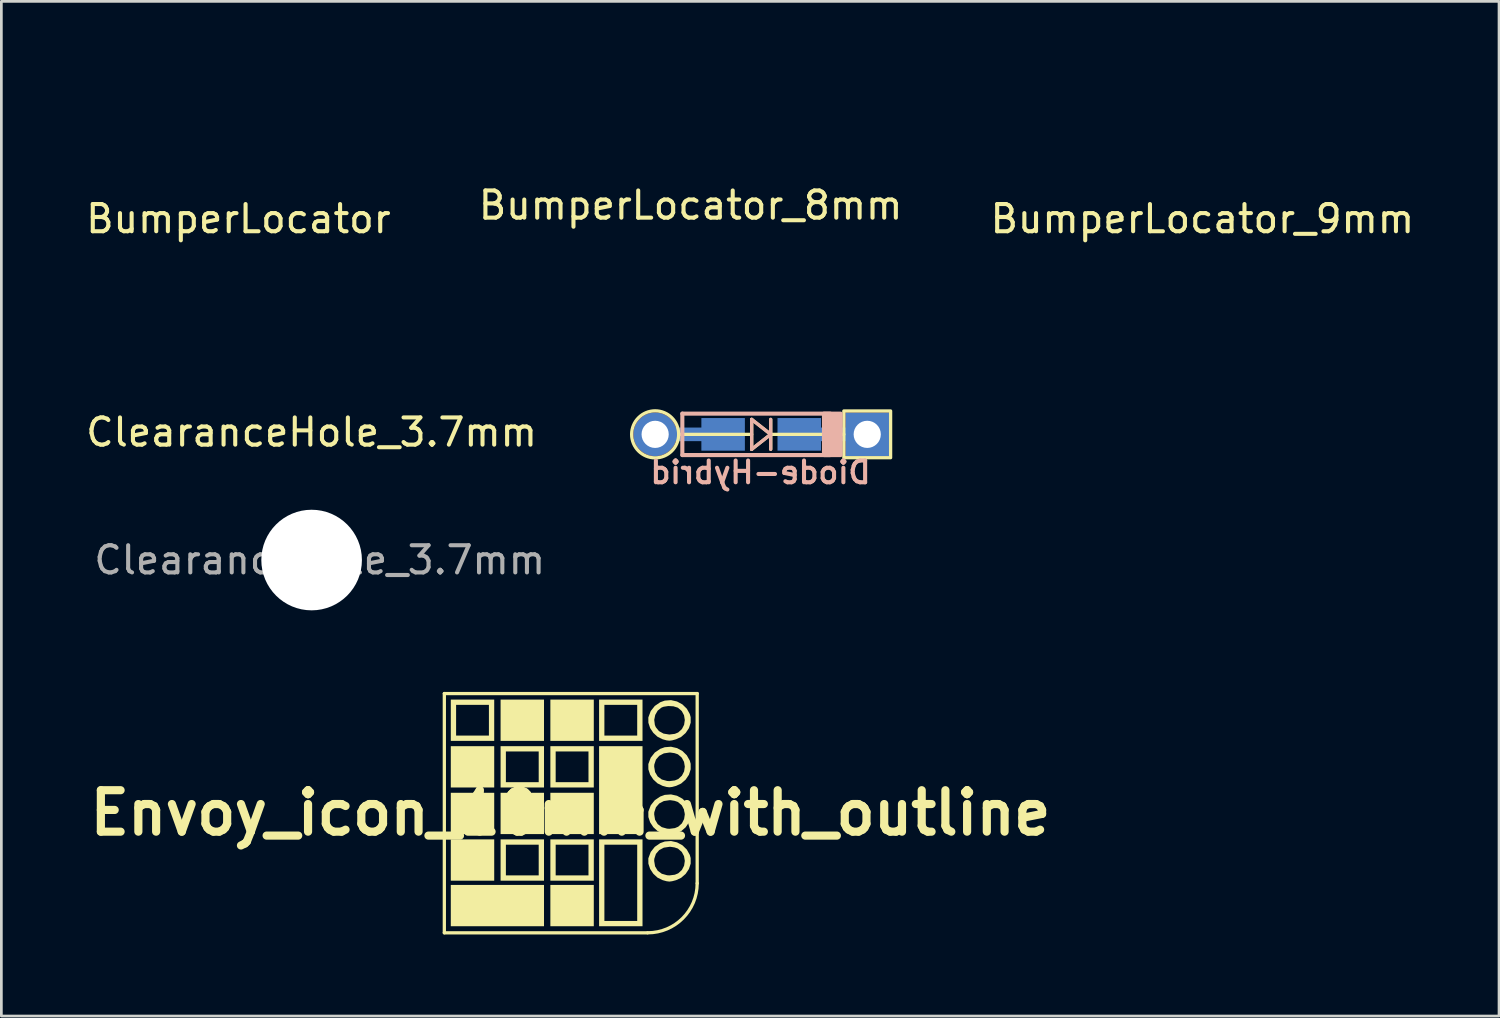
<source format=kicad_pcb>
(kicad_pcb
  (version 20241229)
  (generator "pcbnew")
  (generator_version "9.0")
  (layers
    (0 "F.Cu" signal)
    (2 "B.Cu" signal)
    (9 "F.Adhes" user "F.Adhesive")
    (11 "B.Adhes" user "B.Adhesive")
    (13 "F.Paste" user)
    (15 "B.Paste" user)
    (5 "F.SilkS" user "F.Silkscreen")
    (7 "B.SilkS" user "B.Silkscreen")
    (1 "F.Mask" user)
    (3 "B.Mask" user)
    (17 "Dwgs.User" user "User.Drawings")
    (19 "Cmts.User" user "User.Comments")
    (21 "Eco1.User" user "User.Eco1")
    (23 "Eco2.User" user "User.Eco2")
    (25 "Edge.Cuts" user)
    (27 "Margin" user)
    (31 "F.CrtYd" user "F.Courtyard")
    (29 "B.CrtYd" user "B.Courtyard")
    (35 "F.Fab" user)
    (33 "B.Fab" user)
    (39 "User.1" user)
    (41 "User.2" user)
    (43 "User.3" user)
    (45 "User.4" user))
  (footprint "ClearanceHole_3.7mm"
    (layer "F.Cu")
    (at 8.411 17.548)
    (property "Reference" "ClearanceHole_3.7mm" (at 0 -4.7 0) (layer "F.SilkS") (effects (font (size 1 1) (thickness 0.15))))
    (attr exclude_from_pos_files exclude_from_bom)
    (fp_text user "${REFERENCE}" (at 0.3 0 0) (layer "F.Fab") (effects (font (size 1 1) (thickness 0.15))))
    (pad "" np_thru_hole circle (at 0 0) (size 3.7 3.7) (drill 3.7) (layers "*.Cu" "*.Mask")))
  (footprint "Envoy_icon_10mm_with_outline"
    (layer "F.Cu")
    (at 17.932 26.848)
    (property "Reference" "Envoy_icon_10mm_with_outline" (at 0 0 0) (layer "F.SilkS") (effects (font (size 1.524 1.524) (thickness 0.3))))
    (attr board_only exclude_from_pos_files exclude_from_bom)
    (fp_line (start -4.64 -4.39) (end -4.64 4.41) (stroke (width 0.12) (type solid)) (layer "F.SilkS"))
    (fp_line (start -4.64 -4.39) (end 4.66 -4.39) (stroke (width 0.12) (type solid)) (layer "F.SilkS"))
    (fp_line (start -4.64 4.41) (end 2.83 4.41) (stroke (width 0.12) (type solid)) (layer "F.SilkS"))
    (fp_line (start 4.66 -4.39) (end 4.66 2.59) (stroke (width 0.12) (type solid)) (layer "F.SilkS"))
    (fp_arc (start 4.66 2.59) (mid 4.126934 3.876934) (end 2.84 4.41) (stroke (width 0.12) (type solid)) (layer "F.SilkS"))
    (fp_poly (pts (xy -2.805 -0.935) (xy -4.402 -0.935) (xy -4.402 -2.454) (xy -2.805 -2.454)) (stroke (width 0) (type solid)) (fill yes) (layer "F.SilkS"))
    (fp_poly (pts (xy -2.805 0.779) (xy -4.402 0.779) (xy -4.402 -0.74) (xy -2.805 -0.74)) (stroke (width 0) (type solid)) (fill yes) (layer "F.SilkS"))
    (fp_poly (pts (xy -2.805 2.493) (xy -4.402 2.493) (xy -4.402 0.974) (xy -2.805 0.974)) (stroke (width 0) (type solid)) (fill yes) (layer "F.SilkS"))
    (fp_poly (pts (xy -0.974 -2.649) (xy -2.571 -2.649) (xy -2.571 -4.168) (xy -0.974 -4.168)) (stroke (width 0) (type solid)) (fill yes) (layer "F.SilkS"))
    (fp_poly (pts (xy -0.974 0.779) (xy -2.571 0.779) (xy -2.571 -0.74) (xy -0.974 -0.74)) (stroke (width 0) (type solid)) (fill yes) (layer "F.SilkS"))
    (fp_poly (pts (xy -0.974 4.168) (xy -4.402 4.168) (xy -4.402 2.649) (xy -0.974 2.649)) (stroke (width 0) (type solid)) (fill yes) (layer "F.SilkS"))
    (fp_poly (pts (xy 0.857 -2.649) (xy -0.74 -2.649) (xy -0.74 -4.168) (xy 0.857 -4.168)) (stroke (width 0) (type solid)) (fill yes) (layer "F.SilkS"))
    (fp_poly (pts (xy 0.857 0.779) (xy -0.74 0.779) (xy -0.74 -0.74) (xy 0.857 -0.74)) (stroke (width 0) (type solid)) (fill yes) (layer "F.SilkS"))
    (fp_poly (pts (xy 0.857 4.168) (xy -0.74 4.168) (xy -0.74 2.649) (xy 0.857 2.649)) (stroke (width 0) (type solid)) (fill yes) (layer "F.SilkS"))
    (fp_poly (pts (xy 2.649 0.779) (xy 1.052 0.779) (xy 1.052 -2.454) (xy 2.649 -2.454)) (stroke (width 0) (type solid)) (fill yes) (layer "F.SilkS"))
    (fp_poly (pts (xy -2.805 -2.649) (xy -4.402 -2.649) (xy -4.402 -2.844) (xy -4.207 -2.844) (xy -3 -2.844) (xy -3 -3.974) (xy -4.207 -3.974) (xy -4.207 -2.844) (xy -4.402 -2.844) (xy -4.402 -4.168) (xy -2.805 -4.168)) (stroke (width 0) (type solid)) (fill yes) (layer "F.SilkS"))
    (fp_poly (pts (xy -0.974 -0.935) (xy -2.571 -0.935) (xy -2.571 -1.13) (xy -2.376 -1.13) (xy -1.169 -1.13) (xy -1.169 -2.26) (xy -2.376 -2.26) (xy -2.376 -1.13) (xy -2.571 -1.13) (xy -2.571 -2.454) (xy -0.974 -2.454)) (stroke (width 0) (type solid)) (fill yes) (layer "F.SilkS"))
    (fp_poly (pts (xy -0.974 2.493) (xy -2.571 2.493) (xy -2.571 2.298) (xy -2.376 2.298) (xy -1.169 2.298) (xy -1.169 1.169) (xy -2.376 1.169) (xy -2.376 2.298) (xy -2.571 2.298) (xy -2.571 0.974) (xy -0.974 0.974)) (stroke (width 0) (type solid)) (fill yes) (layer "F.SilkS"))
    (fp_poly (pts (xy 0.857 -0.935) (xy -0.74 -0.935) (xy -0.74 -1.13) (xy -0.545 -1.13) (xy 0.662 -1.13) (xy 0.662 -2.26) (xy -0.545 -2.26) (xy -0.545 -1.13) (xy -0.74 -1.13) (xy -0.74 -2.454) (xy 0.857 -2.454)) (stroke (width 0) (type solid)) (fill yes) (layer "F.SilkS"))
    (fp_poly (pts (xy 0.857 2.493) (xy -0.74 2.493) (xy -0.74 2.298) (xy -0.545 2.298) (xy 0.662 2.298) (xy 0.662 1.169) (xy -0.545 1.169) (xy -0.545 2.298) (xy -0.74 2.298) (xy -0.74 0.974) (xy 0.857 0.974)) (stroke (width 0) (type solid)) (fill yes) (layer "F.SilkS"))
    (fp_poly (pts (xy 2.649 -2.649) (xy 1.052 -2.649) (xy 1.052 -2.844) (xy 1.247 -2.844) (xy 2.454 -2.844) (xy 2.454 -3.974) (xy 1.247 -3.974) (xy 1.247 -2.844) (xy 1.052 -2.844) (xy 1.052 -4.168) (xy 2.649 -4.168)) (stroke (width 0) (type solid)) (fill yes) (layer "F.SilkS"))
    (fp_poly (pts (xy 2.649 4.168) (xy 1.052 4.168) (xy 1.052 3.974) (xy 1.247 3.974) (xy 2.454 3.974) (xy 2.454 1.169) (xy 1.247 1.169) (xy 1.247 3.974) (xy 1.052 3.974) (xy 1.052 0.974) (xy 2.649 0.974)) (stroke (width 0) (type solid)) (fill yes) (layer "F.SilkS"))
    (fp_poly (pts (xy 3.918 -4.098) (xy 4.117 -3.99) (xy 4.278 -3.833) (xy 4.388 -3.637) (xy 4.42 -3.522) (xy 4.421 -3.318) (xy 4.356 -3.117) (xy 4.235 -2.938) (xy 4.07 -2.794) (xy 3.884 -2.708) (xy 3.742 -2.669) (xy 3.637 -2.656) (xy 3.534 -2.668) (xy 3.397 -2.706) (xy 3.384 -2.71) (xy 3.2 -2.802) (xy 3.045 -2.945) (xy 2.929 -3.121) (xy 2.865 -3.314) (xy 2.864 -3.422) (xy 3.08 -3.422) (xy 3.103 -3.237) (xy 3.138 -3.152) (xy 3.254 -3.009) (xy 3.422 -2.917) (xy 3.631 -2.883) (xy 3.642 -2.883) (xy 3.839 -2.908) (xy 3.962 -2.959) (xy 4.098 -3.083) (xy 4.179 -3.241) (xy 4.205 -3.416) (xy 4.176 -3.591) (xy 4.093 -3.746) (xy 3.957 -3.864) (xy 3.938 -3.874) (xy 3.784 -3.921) (xy 3.599 -3.931) (xy 3.423 -3.904) (xy 3.347 -3.874) (xy 3.208 -3.762) (xy 3.117 -3.604) (xy 3.08 -3.422) (xy 2.864 -3.422) (xy 2.863 -3.505) (xy 2.866 -3.519) (xy 2.952 -3.747) (xy 3.101 -3.934) (xy 3.3 -4.07) (xy 3.468 -4.13) (xy 3.697 -4.148)) (stroke (width 0) (type solid)) (fill yes) (layer "F.SilkS"))
    (fp_poly (pts (xy 3.918 -2.384) (xy 4.117 -2.276) (xy 4.278 -2.119) (xy 4.388 -1.923) (xy 4.42 -1.807) (xy 4.421 -1.603) (xy 4.356 -1.403) (xy 4.235 -1.223) (xy 4.07 -1.08) (xy 3.884 -0.994) (xy 3.742 -0.955) (xy 3.637 -0.942) (xy 3.534 -0.954) (xy 3.397 -0.992) (xy 3.384 -0.996) (xy 3.2 -1.087) (xy 3.045 -1.23) (xy 2.929 -1.407) (xy 2.865 -1.6) (xy 2.864 -1.702) (xy 3.078 -1.702) (xy 3.111 -1.501) (xy 3.207 -1.341) (xy 3.358 -1.229) (xy 3.555 -1.174) (xy 3.642 -1.169) (xy 3.839 -1.194) (xy 3.962 -1.245) (xy 4.098 -1.369) (xy 4.179 -1.527) (xy 4.205 -1.702) (xy 4.176 -1.877) (xy 4.093 -2.032) (xy 3.957 -2.15) (xy 3.938 -2.16) (xy 3.825 -2.198) (xy 3.684 -2.219) (xy 3.642 -2.221) (xy 3.433 -2.189) (xy 3.263 -2.099) (xy 3.143 -1.96) (xy 3.083 -1.78) (xy 3.078 -1.702) (xy 2.864 -1.702) (xy 2.863 -1.79) (xy 2.866 -1.805) (xy 2.952 -2.032) (xy 3.101 -2.22) (xy 3.3 -2.356) (xy 3.468 -2.416) (xy 3.697 -2.434)) (stroke (width 0) (type solid)) (fill yes) (layer "F.SilkS"))
    (fp_poly (pts (xy 3.918 -0.631) (xy 4.117 -0.523) (xy 4.278 -0.366) (xy 4.388 -0.17) (xy 4.42 -0.054) (xy 4.421 0.15) (xy 4.356 0.35) (xy 4.235 0.53) (xy 4.07 0.673) (xy 3.884 0.759) (xy 3.742 0.798) (xy 3.637 0.811) (xy 3.534 0.799) (xy 3.397 0.761) (xy 3.384 0.757) (xy 3.2 0.666) (xy 3.045 0.523) (xy 2.929 0.346) (xy 2.865 0.153) (xy 2.864 0.051) (xy 3.078 0.051) (xy 3.111 0.252) (xy 3.207 0.412) (xy 3.358 0.524) (xy 3.555 0.579) (xy 3.642 0.584) (xy 3.839 0.559) (xy 3.962 0.508) (xy 4.098 0.385) (xy 4.179 0.226) (xy 4.205 0.051) (xy 4.176 -0.123) (xy 4.093 -0.279) (xy 3.957 -0.397) (xy 3.938 -0.407) (xy 3.825 -0.445) (xy 3.684 -0.466) (xy 3.642 -0.467) (xy 3.433 -0.436) (xy 3.263 -0.346) (xy 3.143 -0.207) (xy 3.083 -0.027) (xy 3.078 0.051) (xy 2.864 0.051) (xy 2.863 -0.037) (xy 2.866 -0.052) (xy 2.952 -0.279) (xy 3.101 -0.467) (xy 3.3 -0.602) (xy 3.468 -0.663) (xy 3.697 -0.68)) (stroke (width 0) (type solid)) (fill yes) (layer "F.SilkS"))
    (fp_poly (pts (xy 3.918 1.083) (xy 4.117 1.191) (xy 4.278 1.348) (xy 4.388 1.544) (xy 4.42 1.66) (xy 4.421 1.864) (xy 4.356 2.064) (xy 4.235 2.244) (xy 4.07 2.387) (xy 3.884 2.474) (xy 3.742 2.512) (xy 3.637 2.526) (xy 3.534 2.513) (xy 3.397 2.475) (xy 3.384 2.471) (xy 3.2 2.38) (xy 3.045 2.237) (xy 2.929 2.06) (xy 2.865 1.867) (xy 2.864 1.765) (xy 3.078 1.765) (xy 3.111 1.966) (xy 3.207 2.126) (xy 3.358 2.238) (xy 3.555 2.293) (xy 3.642 2.298) (xy 3.839 2.273) (xy 3.962 2.222) (xy 4.098 2.099) (xy 4.179 1.94) (xy 4.205 1.765) (xy 4.176 1.591) (xy 4.093 1.435) (xy 3.957 1.317) (xy 3.938 1.307) (xy 3.825 1.269) (xy 3.684 1.248) (xy 3.642 1.247) (xy 3.433 1.278) (xy 3.263 1.368) (xy 3.143 1.507) (xy 3.083 1.687) (xy 3.078 1.765) (xy 2.864 1.765) (xy 2.863 1.677) (xy 2.866 1.662) (xy 2.952 1.435) (xy 3.101 1.248) (xy 3.3 1.112) (xy 3.468 1.052) (xy 3.697 1.034)) (stroke (width 0) (type solid)) (fill yes) (layer "F.SilkS")))
  (footprint "BumperLocator"
    (layer "F.Cu")
    (at 5.72 4.5)
    (property "Reference" "BumperLocator" (at 0 0.5 0) (layer "F.SilkS") (effects (font (size 1 1) (thickness 0.15))))
    (attr through_hole)
    (pad "" smd circle (at 0 0) (size 9 9) (layers "F.Paste")))
  (footprint "Diode-Hybrid"
    (layer "F.Cu")
    (at 24.946 12.925)
    (property "Reference" "Diode-Hybrid" (at -0.025 1.4 180) (layer "B.SilkS") (effects (font (size 0.8 0.8) (thickness 0.15)) (justify mirror)))
    (attr smd)
    (fp_line (start -0.35 -0.55) (end -0.35 0.55) (stroke (width 0.12) (type solid)) (layer "F.SilkS"))
    (fp_line (start -0.35 0) (end -3.035 0) (stroke (width 0.12) (type solid)) (layer "F.SilkS"))
    (fp_line (start -0.35 0.55) (end 0.35 0) (stroke (width 0.12) (type solid)) (layer "F.SilkS"))
    (fp_line (start 0.35 -0.55) (end 0.35 0.55) (stroke (width 0.12) (type solid)) (layer "F.SilkS"))
    (fp_line (start 0.35 0) (end -0.35 -0.55) (stroke (width 0.12) (type solid)) (layer "F.SilkS"))
    (fp_line (start 0.35 0) (end 3.04 0) (stroke (width 0.12) (type solid)) (layer "F.SilkS"))
    (fp_rect (start 3.04 -0.86) (end 4.76 0.86) (stroke (width 0.12) (type solid)) (fill no) (layer "F.SilkS"))
    (fp_circle (center -3.9 0) (end -3.035 0) (stroke (width 0.12) (type solid)) (fill no) (layer "F.SilkS"))
    (fp_line (start -2.9 -0.762) (end -2.9 0.762) (stroke (width 0.15) (type solid)) (layer "B.SilkS"))
    (fp_line (start -2.9 0.762) (end 2.54 0.762) (stroke (width 0.15) (type solid)) (layer "B.SilkS"))
    (fp_line (start -0.35 -0.55) (end 0.35 0) (stroke (width 0.12) (type solid)) (layer "B.SilkS"))
    (fp_line (start -0.35 0.55) (end -0.35 -0.55) (stroke (width 0.12) (type solid)) (layer "B.SilkS"))
    (fp_line (start 0.35 0) (end -0.35 0.55) (stroke (width 0.12) (type solid)) (layer "B.SilkS"))
    (fp_line (start 0.35 0.55) (end 0.35 -0.55) (stroke (width 0.12) (type solid)) (layer "B.SilkS"))
    (fp_line (start 2.54 -0.762) (end -2.9 -0.762) (stroke (width 0.15) (type solid)) (layer "B.SilkS"))
    (fp_rect (start 2.309 -0.762) (end 2.921 0.762) (stroke (width 0.15) (type solid)) (fill yes) (layer "B.SilkS"))
    (pad "1" smd rect (at 1.4 0) (size 1.6 1.2) (layers "B.Cu" "B.Mask" "B.Paste"))
    (pad "1" smd rect (at 2.5 0) (size 2.9 0.5) (layers "B.Cu"))
    (pad "1" thru_hole rect (at 3.9 0) (size 1.6 1.6) (drill 1) (layers "*.Cu" "*.Mask"))
    (pad "2" thru_hole circle (at -3.9 0) (size 1.6 1.6) (drill 1) (layers "*.Cu" "*.Mask"))
    (pad "2" smd rect (at -2.5 0) (size 2.9 0.5) (layers "B.Cu"))
    (pad "2" smd rect (at -1.4 0) (size 1.6 1.2) (layers "B.Cu" "B.Mask" "B.Paste")))
  (footprint "BumperLocator_8mm"
    (layer "F.Cu")
    (at 22.351 4)
    (property "Reference" "BumperLocator_8mm" (at 0 0.5 0) (layer "F.SilkS") (effects (font (size 1 1) (thickness 0.15))))
    (attr through_hole)
    (pad "" smd circle (at 0 0) (size 8 8) (layers "F.Paste")))
  (footprint "BumperLocator_9mm"
    (layer "F.Cu")
    (at 41.173 4.5)
    (property "Reference" "BumperLocator_9mm" (at 0 0.5 0) (layer "F.SilkS") (effects (font (size 1 1) (thickness 0.15))))
    (attr through_hole)
    (pad "" smd circle (at 0 0) (size 9 9) (layers "F.Paste")))
  (gr_rect
    (start -3 -3)
    (end 52.083 34.318)
    (stroke (width 0.1) (type default))
    (fill no)
    (layer "Edge.Cuts")))
</source>
